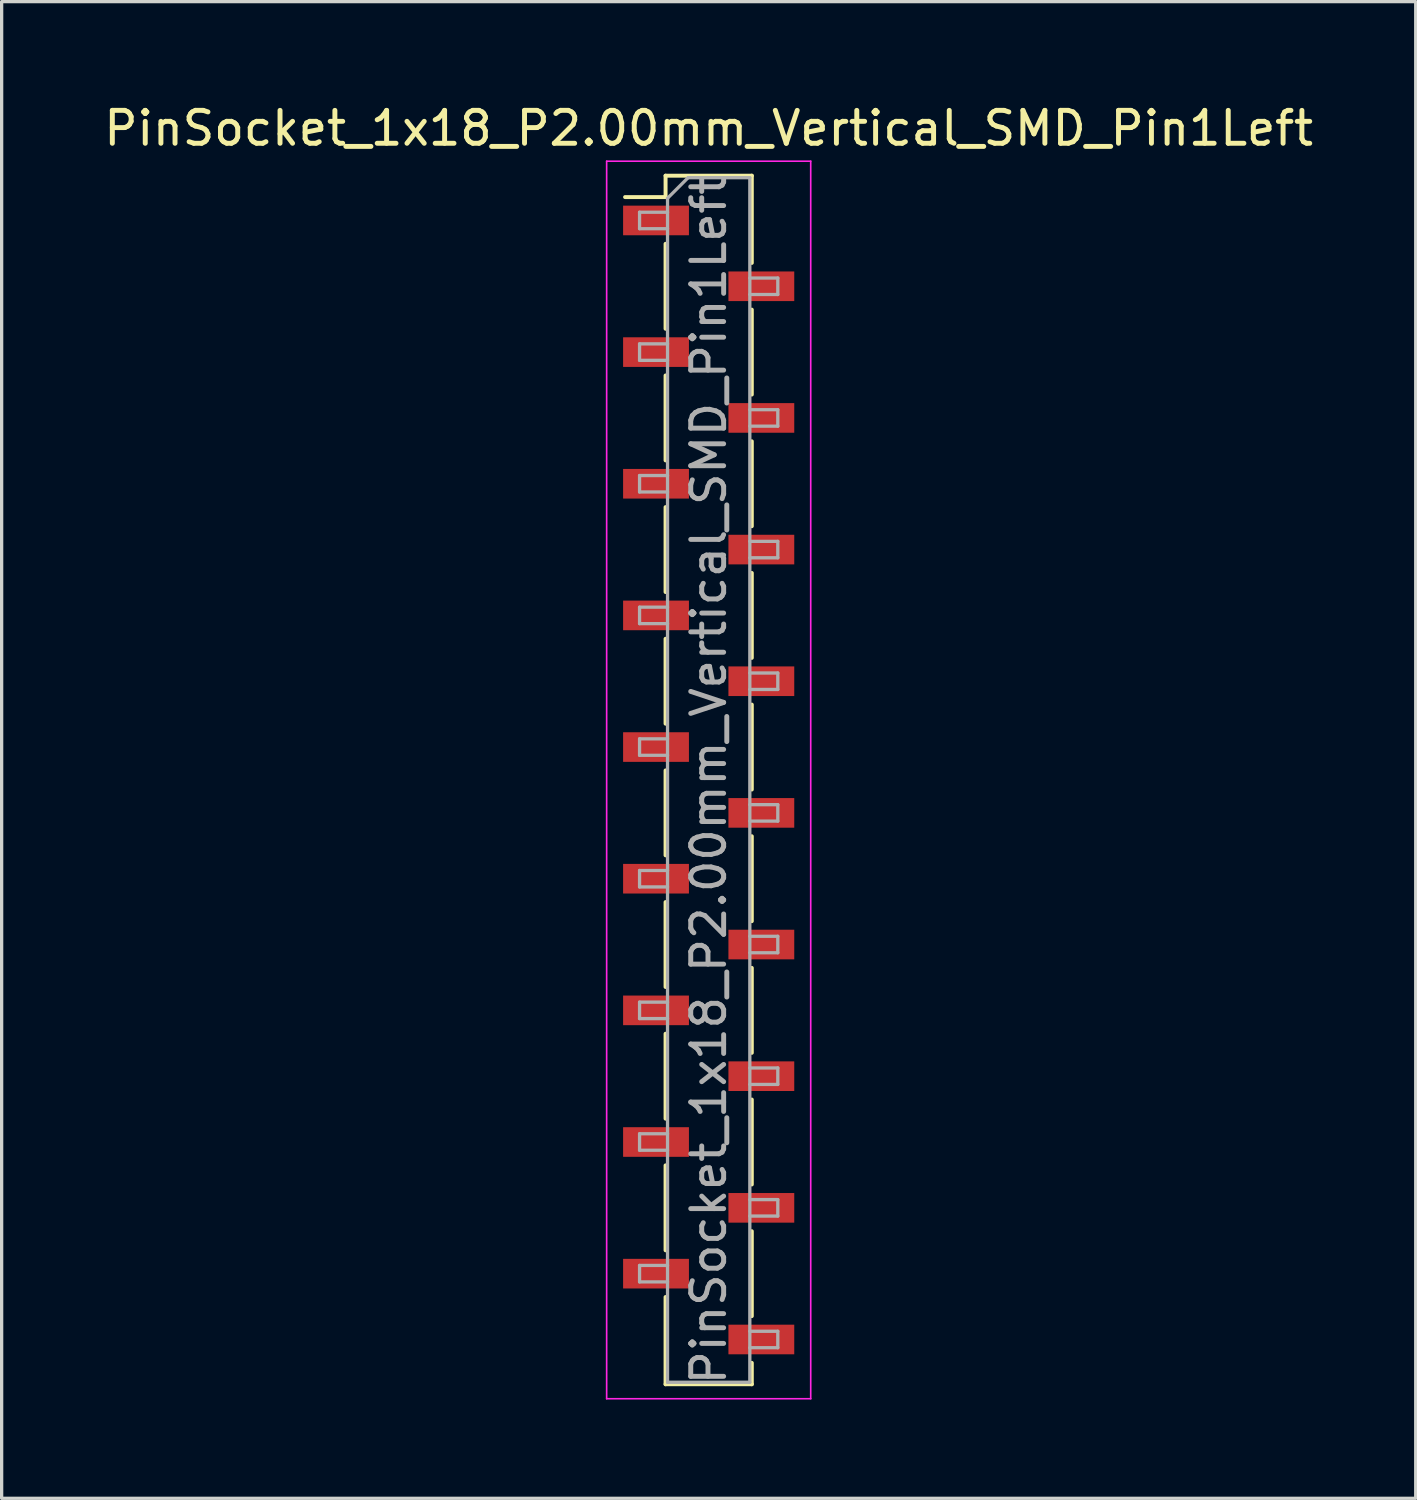
<source format=kicad_pcb>
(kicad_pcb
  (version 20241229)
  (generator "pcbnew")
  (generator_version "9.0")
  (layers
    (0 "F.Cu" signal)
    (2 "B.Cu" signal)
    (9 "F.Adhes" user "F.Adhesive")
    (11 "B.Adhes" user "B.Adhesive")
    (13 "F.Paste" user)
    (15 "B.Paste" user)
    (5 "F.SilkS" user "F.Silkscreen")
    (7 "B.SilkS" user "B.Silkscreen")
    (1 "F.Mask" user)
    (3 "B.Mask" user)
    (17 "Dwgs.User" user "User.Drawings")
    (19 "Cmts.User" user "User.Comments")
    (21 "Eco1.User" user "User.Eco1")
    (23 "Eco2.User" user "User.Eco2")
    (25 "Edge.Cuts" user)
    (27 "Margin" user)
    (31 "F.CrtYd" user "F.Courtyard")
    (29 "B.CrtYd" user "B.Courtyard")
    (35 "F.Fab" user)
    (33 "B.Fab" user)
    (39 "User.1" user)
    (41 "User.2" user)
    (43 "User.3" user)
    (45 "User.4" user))
  (footprint "PinSocket_1x18_P2.00mm_Vertical_SMD_Pin1Left"
    (layer "F.Cu")
    (at 18.482 20.648)
    (property "Reference" "PinSocket_1x18_P2.00mm_Vertical_SMD_Pin1Left" (at 0 -19.8 0) (layer "F.SilkS") (effects (font (size 1 1) (thickness 0.15))))
    (attr smd)
    (fp_line (start -2.54 -17.71) (end -1.31 -17.71) (stroke (width 0.12) (type solid)) (layer "F.SilkS"))
    (fp_line (start -1.31 -18.36) (end -1.31 -17.71) (stroke (width 0.12) (type solid)) (layer "F.SilkS"))
    (fp_line (start -1.31 -18.36) (end 1.31 -18.36) (stroke (width 0.12) (type solid)) (layer "F.SilkS"))
    (fp_line (start -1.31 -16.29) (end -1.31 -13.71) (stroke (width 0.12) (type solid)) (layer "F.SilkS"))
    (fp_line (start -1.31 -12.29) (end -1.31 -9.71) (stroke (width 0.12) (type solid)) (layer "F.SilkS"))
    (fp_line (start -1.31 -8.29) (end -1.31 -5.71) (stroke (width 0.12) (type solid)) (layer "F.SilkS"))
    (fp_line (start -1.31 -4.29) (end -1.31 -1.71) (stroke (width 0.12) (type solid)) (layer "F.SilkS"))
    (fp_line (start -1.31 -0.29) (end -1.31 2.29) (stroke (width 0.12) (type solid)) (layer "F.SilkS"))
    (fp_line (start -1.31 3.71) (end -1.31 6.29) (stroke (width 0.12) (type solid)) (layer "F.SilkS"))
    (fp_line (start -1.31 7.71) (end -1.31 10.29) (stroke (width 0.12) (type solid)) (layer "F.SilkS"))
    (fp_line (start -1.31 11.71) (end -1.31 14.29) (stroke (width 0.12) (type solid)) (layer "F.SilkS"))
    (fp_line (start -1.31 15.71) (end -1.31 18.36) (stroke (width 0.12) (type solid)) (layer "F.SilkS"))
    (fp_line (start -1.31 18.36) (end 1.31 18.36) (stroke (width 0.12) (type solid)) (layer "F.SilkS"))
    (fp_line (start 1.31 -18.36) (end 1.31 -15.71) (stroke (width 0.12) (type solid)) (layer "F.SilkS"))
    (fp_line (start 1.31 -14.29) (end 1.31 -11.71) (stroke (width 0.12) (type solid)) (layer "F.SilkS"))
    (fp_line (start 1.31 -10.29) (end 1.31 -7.71) (stroke (width 0.12) (type solid)) (layer "F.SilkS"))
    (fp_line (start 1.31 -6.29) (end 1.31 -3.71) (stroke (width 0.12) (type solid)) (layer "F.SilkS"))
    (fp_line (start 1.31 -2.29) (end 1.31 0.29) (stroke (width 0.12) (type solid)) (layer "F.SilkS"))
    (fp_line (start 1.31 1.71) (end 1.31 4.29) (stroke (width 0.12) (type solid)) (layer "F.SilkS"))
    (fp_line (start 1.31 5.71) (end 1.31 8.29) (stroke (width 0.12) (type solid)) (layer "F.SilkS"))
    (fp_line (start 1.31 9.71) (end 1.31 12.29) (stroke (width 0.12) (type solid)) (layer "F.SilkS"))
    (fp_line (start 1.31 13.71) (end 1.31 16.29) (stroke (width 0.12) (type solid)) (layer "F.SilkS"))
    (fp_line (start 1.31 17.71) (end 1.31 18.36) (stroke (width 0.12) (type solid)) (layer "F.SilkS"))
    (fp_line (start -3.1 -18.8) (end 3.1 -18.8) (stroke (width 0.05) (type solid)) (layer "F.CrtYd"))
    (fp_line (start -3.1 18.8) (end -3.1 -18.8) (stroke (width 0.05) (type solid)) (layer "F.CrtYd"))
    (fp_line (start 3.1 -18.8) (end 3.1 18.8) (stroke (width 0.05) (type solid)) (layer "F.CrtYd"))
    (fp_line (start 3.1 18.8) (end -3.1 18.8) (stroke (width 0.05) (type solid)) (layer "F.CrtYd"))
    (fp_line (start -2.1 -17.25) (end -1.25 -17.25) (stroke (width 0.1) (type solid)) (layer "F.Fab"))
    (fp_line (start -2.1 -16.75) (end -2.1 -17.25) (stroke (width 0.1) (type solid)) (layer "F.Fab"))
    (fp_line (start -2.1 -13.25) (end -1.25 -13.25) (stroke (width 0.1) (type solid)) (layer "F.Fab"))
    (fp_line (start -2.1 -12.75) (end -2.1 -13.25) (stroke (width 0.1) (type solid)) (layer "F.Fab"))
    (fp_line (start -2.1 -9.25) (end -1.25 -9.25) (stroke (width 0.1) (type solid)) (layer "F.Fab"))
    (fp_line (start -2.1 -8.75) (end -2.1 -9.25) (stroke (width 0.1) (type solid)) (layer "F.Fab"))
    (fp_line (start -2.1 -5.25) (end -1.25 -5.25) (stroke (width 0.1) (type solid)) (layer "F.Fab"))
    (fp_line (start -2.1 -4.75) (end -2.1 -5.25) (stroke (width 0.1) (type solid)) (layer "F.Fab"))
    (fp_line (start -2.1 -1.25) (end -1.25 -1.25) (stroke (width 0.1) (type solid)) (layer "F.Fab"))
    (fp_line (start -2.1 -0.75) (end -2.1 -1.25) (stroke (width 0.1) (type solid)) (layer "F.Fab"))
    (fp_line (start -2.1 2.75) (end -1.25 2.75) (stroke (width 0.1) (type solid)) (layer "F.Fab"))
    (fp_line (start -2.1 3.25) (end -2.1 2.75) (stroke (width 0.1) (type solid)) (layer "F.Fab"))
    (fp_line (start -2.1 6.75) (end -1.25 6.75) (stroke (width 0.1) (type solid)) (layer "F.Fab"))
    (fp_line (start -2.1 7.25) (end -2.1 6.75) (stroke (width 0.1) (type solid)) (layer "F.Fab"))
    (fp_line (start -2.1 10.75) (end -1.25 10.75) (stroke (width 0.1) (type solid)) (layer "F.Fab"))
    (fp_line (start -2.1 11.25) (end -2.1 10.75) (stroke (width 0.1) (type solid)) (layer "F.Fab"))
    (fp_line (start -2.1 14.75) (end -1.25 14.75) (stroke (width 0.1) (type solid)) (layer "F.Fab"))
    (fp_line (start -2.1 15.25) (end -2.1 14.75) (stroke (width 0.1) (type solid)) (layer "F.Fab"))
    (fp_line (start -1.25 -17.675) (end -0.625 -18.3) (stroke (width 0.1) (type solid)) (layer "F.Fab"))
    (fp_line (start -1.25 -16.75) (end -2.1 -16.75) (stroke (width 0.1) (type solid)) (layer "F.Fab"))
    (fp_line (start -1.25 -12.75) (end -2.1 -12.75) (stroke (width 0.1) (type solid)) (layer "F.Fab"))
    (fp_line (start -1.25 -8.75) (end -2.1 -8.75) (stroke (width 0.1) (type solid)) (layer "F.Fab"))
    (fp_line (start -1.25 -4.75) (end -2.1 -4.75) (stroke (width 0.1) (type solid)) (layer "F.Fab"))
    (fp_line (start -1.25 -0.75) (end -2.1 -0.75) (stroke (width 0.1) (type solid)) (layer "F.Fab"))
    (fp_line (start -1.25 3.25) (end -2.1 3.25) (stroke (width 0.1) (type solid)) (layer "F.Fab"))
    (fp_line (start -1.25 7.25) (end -2.1 7.25) (stroke (width 0.1) (type solid)) (layer "F.Fab"))
    (fp_line (start -1.25 11.25) (end -2.1 11.25) (stroke (width 0.1) (type solid)) (layer "F.Fab"))
    (fp_line (start -1.25 15.25) (end -2.1 15.25) (stroke (width 0.1) (type solid)) (layer "F.Fab"))
    (fp_line (start -1.25 18.3) (end -1.25 -17.675) (stroke (width 0.1) (type solid)) (layer "F.Fab"))
    (fp_line (start -0.625 -18.3) (end 1.25 -18.3) (stroke (width 0.1) (type solid)) (layer "F.Fab"))
    (fp_line (start 1.25 -18.3) (end 1.25 18.3) (stroke (width 0.1) (type solid)) (layer "F.Fab"))
    (fp_line (start 1.25 -15.25) (end 2.1 -15.25) (stroke (width 0.1) (type solid)) (layer "F.Fab"))
    (fp_line (start 1.25 -11.25) (end 2.1 -11.25) (stroke (width 0.1) (type solid)) (layer "F.Fab"))
    (fp_line (start 1.25 -7.25) (end 2.1 -7.25) (stroke (width 0.1) (type solid)) (layer "F.Fab"))
    (fp_line (start 1.25 -3.25) (end 2.1 -3.25) (stroke (width 0.1) (type solid)) (layer "F.Fab"))
    (fp_line (start 1.25 0.75) (end 2.1 0.75) (stroke (width 0.1) (type solid)) (layer "F.Fab"))
    (fp_line (start 1.25 4.75) (end 2.1 4.75) (stroke (width 0.1) (type solid)) (layer "F.Fab"))
    (fp_line (start 1.25 8.75) (end 2.1 8.75) (stroke (width 0.1) (type solid)) (layer "F.Fab"))
    (fp_line (start 1.25 12.75) (end 2.1 12.75) (stroke (width 0.1) (type solid)) (layer "F.Fab"))
    (fp_line (start 1.25 16.75) (end 2.1 16.75) (stroke (width 0.1) (type solid)) (layer "F.Fab"))
    (fp_line (start 1.25 18.3) (end -1.25 18.3) (stroke (width 0.1) (type solid)) (layer "F.Fab"))
    (fp_line (start 2.1 -15.25) (end 2.1 -14.75) (stroke (width 0.1) (type solid)) (layer "F.Fab"))
    (fp_line (start 2.1 -14.75) (end 1.25 -14.75) (stroke (width 0.1) (type solid)) (layer "F.Fab"))
    (fp_line (start 2.1 -11.25) (end 2.1 -10.75) (stroke (width 0.1) (type solid)) (layer "F.Fab"))
    (fp_line (start 2.1 -10.75) (end 1.25 -10.75) (stroke (width 0.1) (type solid)) (layer "F.Fab"))
    (fp_line (start 2.1 -7.25) (end 2.1 -6.75) (stroke (width 0.1) (type solid)) (layer "F.Fab"))
    (fp_line (start 2.1 -6.75) (end 1.25 -6.75) (stroke (width 0.1) (type solid)) (layer "F.Fab"))
    (fp_line (start 2.1 -3.25) (end 2.1 -2.75) (stroke (width 0.1) (type solid)) (layer "F.Fab"))
    (fp_line (start 2.1 -2.75) (end 1.25 -2.75) (stroke (width 0.1) (type solid)) (layer "F.Fab"))
    (fp_line (start 2.1 0.75) (end 2.1 1.25) (stroke (width 0.1) (type solid)) (layer "F.Fab"))
    (fp_line (start 2.1 1.25) (end 1.25 1.25) (stroke (width 0.1) (type solid)) (layer "F.Fab"))
    (fp_line (start 2.1 4.75) (end 2.1 5.25) (stroke (width 0.1) (type solid)) (layer "F.Fab"))
    (fp_line (start 2.1 5.25) (end 1.25 5.25) (stroke (width 0.1) (type solid)) (layer "F.Fab"))
    (fp_line (start 2.1 8.75) (end 2.1 9.25) (stroke (width 0.1) (type solid)) (layer "F.Fab"))
    (fp_line (start 2.1 9.25) (end 1.25 9.25) (stroke (width 0.1) (type solid)) (layer "F.Fab"))
    (fp_line (start 2.1 12.75) (end 2.1 13.25) (stroke (width 0.1) (type solid)) (layer "F.Fab"))
    (fp_line (start 2.1 13.25) (end 1.25 13.25) (stroke (width 0.1) (type solid)) (layer "F.Fab"))
    (fp_line (start 2.1 16.75) (end 2.1 17.25) (stroke (width 0.1) (type solid)) (layer "F.Fab"))
    (fp_line (start 2.1 17.25) (end 1.25 17.25) (stroke (width 0.1) (type solid)) (layer "F.Fab"))
    (fp_text user "${REFERENCE}" (at 0 0 90) (layer "F.Fab") (effects (font (size 1 1) (thickness 0.15))))
    (pad "1" smd rect (at -1.6 -17) (size 2 0.9) (layers "F.Cu" "F.Mask" "F.Paste"))
    (pad "2" smd rect (at 1.6 -15) (size 2 0.9) (layers "F.Cu" "F.Mask" "F.Paste"))
    (pad "3" smd rect (at -1.6 -13) (size 2 0.9) (layers "F.Cu" "F.Mask" "F.Paste"))
    (pad "4" smd rect (at 1.6 -11) (size 2 0.9) (layers "F.Cu" "F.Mask" "F.Paste"))
    (pad "5" smd rect (at -1.6 -9) (size 2 0.9) (layers "F.Cu" "F.Mask" "F.Paste"))
    (pad "6" smd rect (at 1.6 -7) (size 2 0.9) (layers "F.Cu" "F.Mask" "F.Paste"))
    (pad "7" smd rect (at -1.6 -5) (size 2 0.9) (layers "F.Cu" "F.Mask" "F.Paste"))
    (pad "8" smd rect (at 1.6 -3) (size 2 0.9) (layers "F.Cu" "F.Mask" "F.Paste"))
    (pad "9" smd rect (at -1.6 -1) (size 2 0.9) (layers "F.Cu" "F.Mask" "F.Paste"))
    (pad "10" smd rect (at 1.6 1) (size 2 0.9) (layers "F.Cu" "F.Mask" "F.Paste"))
    (pad "11" smd rect (at -1.6 3) (size 2 0.9) (layers "F.Cu" "F.Mask" "F.Paste"))
    (pad "12" smd rect (at 1.6 5) (size 2 0.9) (layers "F.Cu" "F.Mask" "F.Paste"))
    (pad "13" smd rect (at -1.6 7) (size 2 0.9) (layers "F.Cu" "F.Mask" "F.Paste"))
    (pad "14" smd rect (at 1.6 9) (size 2 0.9) (layers "F.Cu" "F.Mask" "F.Paste"))
    (pad "15" smd rect (at -1.6 11) (size 2 0.9) (layers "F.Cu" "F.Mask" "F.Paste"))
    (pad "16" smd rect (at 1.6 13) (size 2 0.9) (layers "F.Cu" "F.Mask" "F.Paste"))
    (pad "17" smd rect (at -1.6 15) (size 2 0.9) (layers "F.Cu" "F.Mask" "F.Paste"))
    (pad "18" smd rect (at 1.6 17) (size 2 0.9) (layers "F.Cu" "F.Mask" "F.Paste")))
  (gr_rect
    (start -3 -3)
    (end 39.964 42.473)
    (stroke (width 0.1) (type default))
    (fill no)
    (layer "Edge.Cuts")))
</source>
